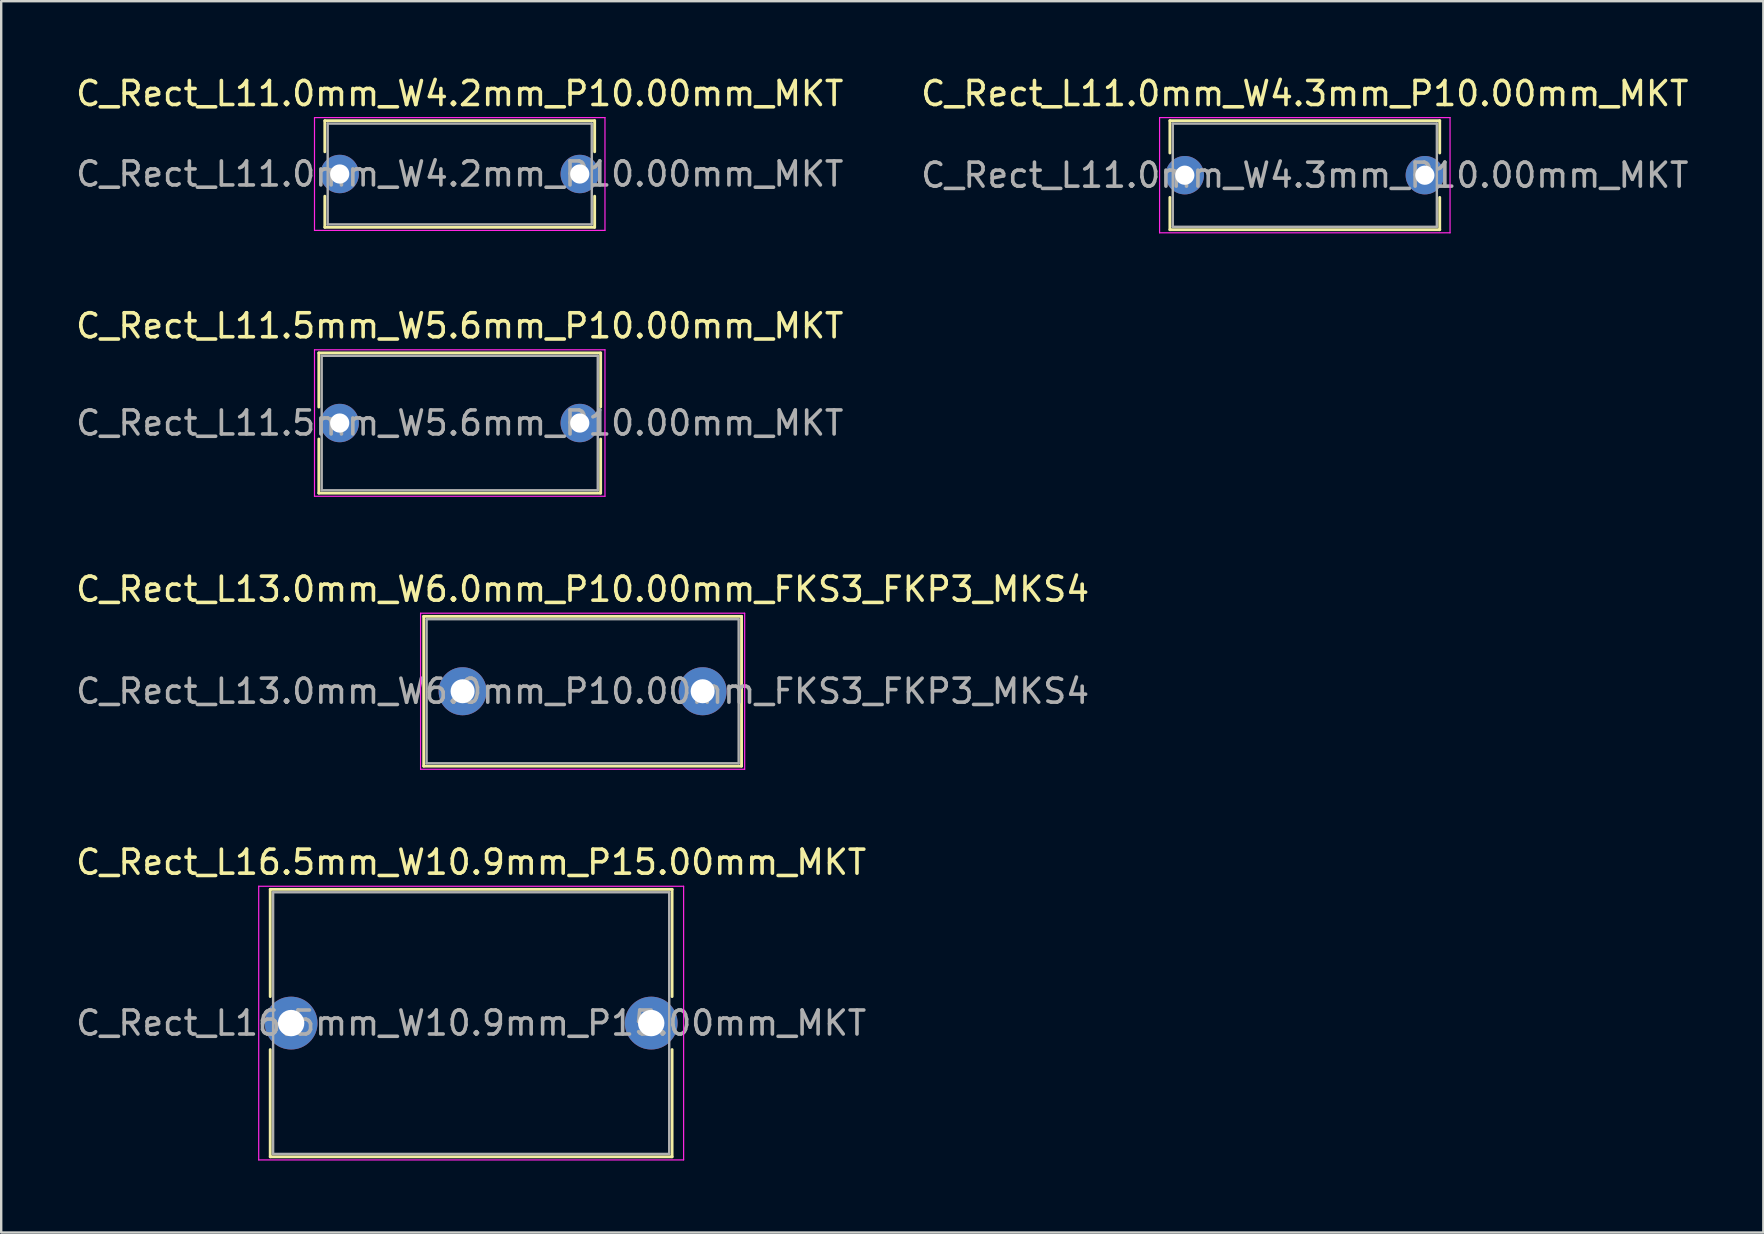
<source format=kicad_pcb>
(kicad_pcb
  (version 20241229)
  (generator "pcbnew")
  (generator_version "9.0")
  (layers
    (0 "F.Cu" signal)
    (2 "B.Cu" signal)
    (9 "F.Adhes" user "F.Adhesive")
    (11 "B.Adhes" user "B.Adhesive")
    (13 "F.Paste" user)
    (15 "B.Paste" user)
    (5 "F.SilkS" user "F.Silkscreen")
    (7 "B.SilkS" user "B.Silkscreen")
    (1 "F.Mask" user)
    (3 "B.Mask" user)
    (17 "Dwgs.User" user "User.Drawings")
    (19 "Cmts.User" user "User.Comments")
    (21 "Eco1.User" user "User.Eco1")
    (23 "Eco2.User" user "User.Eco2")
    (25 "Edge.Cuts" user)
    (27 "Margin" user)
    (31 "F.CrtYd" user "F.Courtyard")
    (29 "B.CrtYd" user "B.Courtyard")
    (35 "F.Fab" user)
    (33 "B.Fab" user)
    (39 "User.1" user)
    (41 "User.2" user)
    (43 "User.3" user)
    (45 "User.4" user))
  (footprint "C_Rect_L11.5mm_W5.6mm_P10.00mm_MKT"
    (layer "F.Cu")
    (at 11.101 14.572)
    (property "Reference" "C_Rect_L11.5mm_W5.6mm_P10.00mm_MKT" (at 5 -4.05 0) (layer "F.SilkS") (effects (font (size 1 1) (thickness 0.15))))
    (attr through_hole)
    (fp_line (start -0.87 -2.92) (end -0.87 -0.665) (stroke (width 0.12) (type solid)) (layer "F.SilkS"))
    (fp_line (start -0.87 -2.92) (end 10.87 -2.92) (stroke (width 0.12) (type solid)) (layer "F.SilkS"))
    (fp_line (start -0.87 0.665) (end -0.87 2.92) (stroke (width 0.12) (type solid)) (layer "F.SilkS"))
    (fp_line (start -0.87 2.92) (end 10.87 2.92) (stroke (width 0.12) (type solid)) (layer "F.SilkS"))
    (fp_line (start 10.87 -2.92) (end 10.87 -0.665) (stroke (width 0.12) (type solid)) (layer "F.SilkS"))
    (fp_line (start 10.87 0.665) (end 10.87 2.92) (stroke (width 0.12) (type solid)) (layer "F.SilkS"))
    (fp_line (start -1.05 -3.05) (end -1.05 3.05) (stroke (width 0.05) (type solid)) (layer "F.CrtYd"))
    (fp_line (start -1.05 3.05) (end 11.05 3.05) (stroke (width 0.05) (type solid)) (layer "F.CrtYd"))
    (fp_line (start 11.05 -3.05) (end -1.05 -3.05) (stroke (width 0.05) (type solid)) (layer "F.CrtYd"))
    (fp_line (start 11.05 3.05) (end 11.05 -3.05) (stroke (width 0.05) (type solid)) (layer "F.CrtYd"))
    (fp_line (start -0.75 -2.8) (end -0.75 2.8) (stroke (width 0.1) (type solid)) (layer "F.Fab"))
    (fp_line (start -0.75 2.8) (end 10.75 2.8) (stroke (width 0.1) (type solid)) (layer "F.Fab"))
    (fp_line (start 10.75 -2.8) (end -0.75 -2.8) (stroke (width 0.1) (type solid)) (layer "F.Fab"))
    (fp_line (start 10.75 2.8) (end 10.75 -2.8) (stroke (width 0.1) (type solid)) (layer "F.Fab"))
    (fp_text user "${REFERENCE}" (at 5 0 0) (layer "F.Fab") (effects (font (size 1 1) (thickness 0.15))))
    (pad "1" thru_hole circle (at 0 0) (size 1.6 1.6) (drill 0.8) (layers "*.Cu" "*.Mask"))
    (pad "2" thru_hole circle (at 10 0) (size 1.6 1.6) (drill 0.8) (layers "*.Cu" "*.Mask")))
  (footprint "C_Rect_L11.0mm_W4.3mm_P10.00mm_MKT"
    (layer "F.Cu")
    (at 46.304 4.248)
    (property "Reference" "C_Rect_L11.0mm_W4.3mm_P10.00mm_MKT" (at 5 -3.4 0) (layer "F.SilkS") (effects (font (size 1 1) (thickness 0.15))))
    (attr through_hole)
    (fp_line (start -0.62 -2.27) (end -0.62 -0.925) (stroke (width 0.12) (type solid)) (layer "F.SilkS"))
    (fp_line (start -0.62 -2.27) (end 10.62 -2.27) (stroke (width 0.12) (type solid)) (layer "F.SilkS"))
    (fp_line (start -0.62 0.925) (end -0.62 2.27) (stroke (width 0.12) (type solid)) (layer "F.SilkS"))
    (fp_line (start -0.62 2.27) (end 10.62 2.27) (stroke (width 0.12) (type solid)) (layer "F.SilkS"))
    (fp_line (start 10.62 -2.27) (end 10.62 -0.925) (stroke (width 0.12) (type solid)) (layer "F.SilkS"))
    (fp_line (start 10.62 0.925) (end 10.62 2.27) (stroke (width 0.12) (type solid)) (layer "F.SilkS"))
    (fp_line (start -1.05 -2.4) (end -1.05 2.4) (stroke (width 0.05) (type solid)) (layer "F.CrtYd"))
    (fp_line (start -1.05 2.4) (end 11.05 2.4) (stroke (width 0.05) (type solid)) (layer "F.CrtYd"))
    (fp_line (start 11.05 -2.4) (end -1.05 -2.4) (stroke (width 0.05) (type solid)) (layer "F.CrtYd"))
    (fp_line (start 11.05 2.4) (end 11.05 -2.4) (stroke (width 0.05) (type solid)) (layer "F.CrtYd"))
    (fp_line (start -0.5 -2.15) (end -0.5 2.15) (stroke (width 0.1) (type solid)) (layer "F.Fab"))
    (fp_line (start -0.5 2.15) (end 10.5 2.15) (stroke (width 0.1) (type solid)) (layer "F.Fab"))
    (fp_line (start 10.5 -2.15) (end -0.5 -2.15) (stroke (width 0.1) (type solid)) (layer "F.Fab"))
    (fp_line (start 10.5 2.15) (end 10.5 -2.15) (stroke (width 0.1) (type solid)) (layer "F.Fab"))
    (fp_text user "${REFERENCE}" (at 5 0 0) (layer "F.Fab") (effects (font (size 1 1) (thickness 0.15))))
    (pad "1" thru_hole circle (at 0 0) (size 1.6 1.6) (drill 0.8) (layers "*.Cu" "*.Mask"))
    (pad "2" thru_hole circle (at 10 0) (size 1.6 1.6) (drill 0.8) (layers "*.Cu" "*.Mask")))
  (footprint "C_Rect_L16.5mm_W10.9mm_P15.00mm_MKT"
    (layer "F.Cu")
    (at 9.077 39.568)
    (property "Reference" "C_Rect_L16.5mm_W10.9mm_P15.00mm_MKT" (at 7.5 -6.7 0) (layer "F.SilkS") (effects (font (size 1 1) (thickness 0.15))))
    (attr through_hole)
    (fp_line (start -0.87 -5.57) (end -0.87 -1.104) (stroke (width 0.12) (type solid)) (layer "F.SilkS"))
    (fp_line (start -0.87 -5.57) (end 15.87 -5.57) (stroke (width 0.12) (type solid)) (layer "F.SilkS"))
    (fp_line (start -0.87 1.104) (end -0.87 5.57) (stroke (width 0.12) (type solid)) (layer "F.SilkS"))
    (fp_line (start -0.87 5.57) (end 15.87 5.57) (stroke (width 0.12) (type solid)) (layer "F.SilkS"))
    (fp_line (start 15.87 -5.57) (end 15.87 -1.104) (stroke (width 0.12) (type solid)) (layer "F.SilkS"))
    (fp_line (start 15.87 1.104) (end 15.87 5.57) (stroke (width 0.12) (type solid)) (layer "F.SilkS"))
    (fp_line (start -1.35 -5.7) (end -1.35 5.7) (stroke (width 0.05) (type solid)) (layer "F.CrtYd"))
    (fp_line (start -1.35 5.7) (end 16.35 5.7) (stroke (width 0.05) (type solid)) (layer "F.CrtYd"))
    (fp_line (start 16.35 -5.7) (end -1.35 -5.7) (stroke (width 0.05) (type solid)) (layer "F.CrtYd"))
    (fp_line (start 16.35 5.7) (end 16.35 -5.7) (stroke (width 0.05) (type solid)) (layer "F.CrtYd"))
    (fp_line (start -0.75 -5.45) (end -0.75 5.45) (stroke (width 0.1) (type solid)) (layer "F.Fab"))
    (fp_line (start -0.75 5.45) (end 15.75 5.45) (stroke (width 0.1) (type solid)) (layer "F.Fab"))
    (fp_line (start 15.75 -5.45) (end -0.75 -5.45) (stroke (width 0.1) (type solid)) (layer "F.Fab"))
    (fp_line (start 15.75 5.45) (end 15.75 -5.45) (stroke (width 0.1) (type solid)) (layer "F.Fab"))
    (fp_text user "${REFERENCE}" (at 7.5 0 0) (layer "F.Fab") (effects (font (size 1 1) (thickness 0.15))))
    (pad "1" thru_hole circle (at 0 0) (size 2.2 2.2) (drill 1.1) (layers "*.Cu" "*.Mask"))
    (pad "2" thru_hole circle (at 15 0) (size 2.2 2.2) (drill 1.1) (layers "*.Cu" "*.Mask")))
  (footprint "C_Rect_L13.0mm_W6.0mm_P10.00mm_FKS3_FKP3_MKS4"
    (layer "F.Cu")
    (at 16.22 25.745)
    (property "Reference" "C_Rect_L13.0mm_W6.0mm_P10.00mm_FKS3_FKP3_MKS4" (at 5 -4.25 0) (layer "F.SilkS") (effects (font (size 1 1) (thickness 0.15))))
    (attr through_hole)
    (fp_line (start -1.62 -3.12) (end -1.62 3.12) (stroke (width 0.12) (type solid)) (layer "F.SilkS"))
    (fp_line (start -1.62 -3.12) (end 11.62 -3.12) (stroke (width 0.12) (type solid)) (layer "F.SilkS"))
    (fp_line (start -1.62 3.12) (end 11.62 3.12) (stroke (width 0.12) (type solid)) (layer "F.SilkS"))
    (fp_line (start 11.62 -3.12) (end 11.62 3.12) (stroke (width 0.12) (type solid)) (layer "F.SilkS"))
    (fp_line (start -1.75 -3.25) (end -1.75 3.25) (stroke (width 0.05) (type solid)) (layer "F.CrtYd"))
    (fp_line (start -1.75 3.25) (end 11.75 3.25) (stroke (width 0.05) (type solid)) (layer "F.CrtYd"))
    (fp_line (start 11.75 -3.25) (end -1.75 -3.25) (stroke (width 0.05) (type solid)) (layer "F.CrtYd"))
    (fp_line (start 11.75 3.25) (end 11.75 -3.25) (stroke (width 0.05) (type solid)) (layer "F.CrtYd"))
    (fp_line (start -1.5 -3) (end -1.5 3) (stroke (width 0.1) (type solid)) (layer "F.Fab"))
    (fp_line (start -1.5 3) (end 11.5 3) (stroke (width 0.1) (type solid)) (layer "F.Fab"))
    (fp_line (start 11.5 -3) (end -1.5 -3) (stroke (width 0.1) (type solid)) (layer "F.Fab"))
    (fp_line (start 11.5 3) (end 11.5 -3) (stroke (width 0.1) (type solid)) (layer "F.Fab"))
    (fp_text user "${REFERENCE}" (at 5 0 0) (layer "F.Fab") (effects (font (size 1 1) (thickness 0.15))))
    (pad "1" thru_hole circle (at 0 0) (size 2 2) (drill 1) (layers "*.Cu" "*.Mask"))
    (pad "2" thru_hole circle (at 10 0) (size 2 2) (drill 1) (layers "*.Cu" "*.Mask")))
  (footprint "C_Rect_L11.0mm_W4.2mm_P10.00mm_MKT"
    (layer "F.Cu")
    (at 11.101 4.198)
    (property "Reference" "C_Rect_L11.0mm_W4.2mm_P10.00mm_MKT" (at 5 -3.35 0) (layer "F.SilkS") (effects (font (size 1 1) (thickness 0.15))))
    (attr through_hole)
    (fp_line (start -0.62 -2.22) (end -0.62 -0.925) (stroke (width 0.12) (type solid)) (layer "F.SilkS"))
    (fp_line (start -0.62 -2.22) (end 10.62 -2.22) (stroke (width 0.12) (type solid)) (layer "F.SilkS"))
    (fp_line (start -0.62 0.925) (end -0.62 2.22) (stroke (width 0.12) (type solid)) (layer "F.SilkS"))
    (fp_line (start -0.62 2.22) (end 10.62 2.22) (stroke (width 0.12) (type solid)) (layer "F.SilkS"))
    (fp_line (start 10.62 -2.22) (end 10.62 -0.925) (stroke (width 0.12) (type solid)) (layer "F.SilkS"))
    (fp_line (start 10.62 0.925) (end 10.62 2.22) (stroke (width 0.12) (type solid)) (layer "F.SilkS"))
    (fp_line (start -1.05 -2.35) (end -1.05 2.35) (stroke (width 0.05) (type solid)) (layer "F.CrtYd"))
    (fp_line (start -1.05 2.35) (end 11.05 2.35) (stroke (width 0.05) (type solid)) (layer "F.CrtYd"))
    (fp_line (start 11.05 -2.35) (end -1.05 -2.35) (stroke (width 0.05) (type solid)) (layer "F.CrtYd"))
    (fp_line (start 11.05 2.35) (end 11.05 -2.35) (stroke (width 0.05) (type solid)) (layer "F.CrtYd"))
    (fp_line (start -0.5 -2.1) (end -0.5 2.1) (stroke (width 0.1) (type solid)) (layer "F.Fab"))
    (fp_line (start -0.5 2.1) (end 10.5 2.1) (stroke (width 0.1) (type solid)) (layer "F.Fab"))
    (fp_line (start 10.5 -2.1) (end -0.5 -2.1) (stroke (width 0.1) (type solid)) (layer "F.Fab"))
    (fp_line (start 10.5 2.1) (end 10.5 -2.1) (stroke (width 0.1) (type solid)) (layer "F.Fab"))
    (fp_text user "${REFERENCE}" (at 5 0 0) (layer "F.Fab") (effects (font (size 1 1) (thickness 0.15))))
    (pad "1" thru_hole circle (at 0 0) (size 1.6 1.6) (drill 0.8) (layers "*.Cu" "*.Mask"))
    (pad "2" thru_hole circle (at 10 0) (size 1.6 1.6) (drill 0.8) (layers "*.Cu" "*.Mask")))
  (gr_rect
    (start -3 -3)
    (end 70.405 48.293)
    (stroke (width 0.1) (type default))
    (fill no)
    (layer "Edge.Cuts")))
</source>
